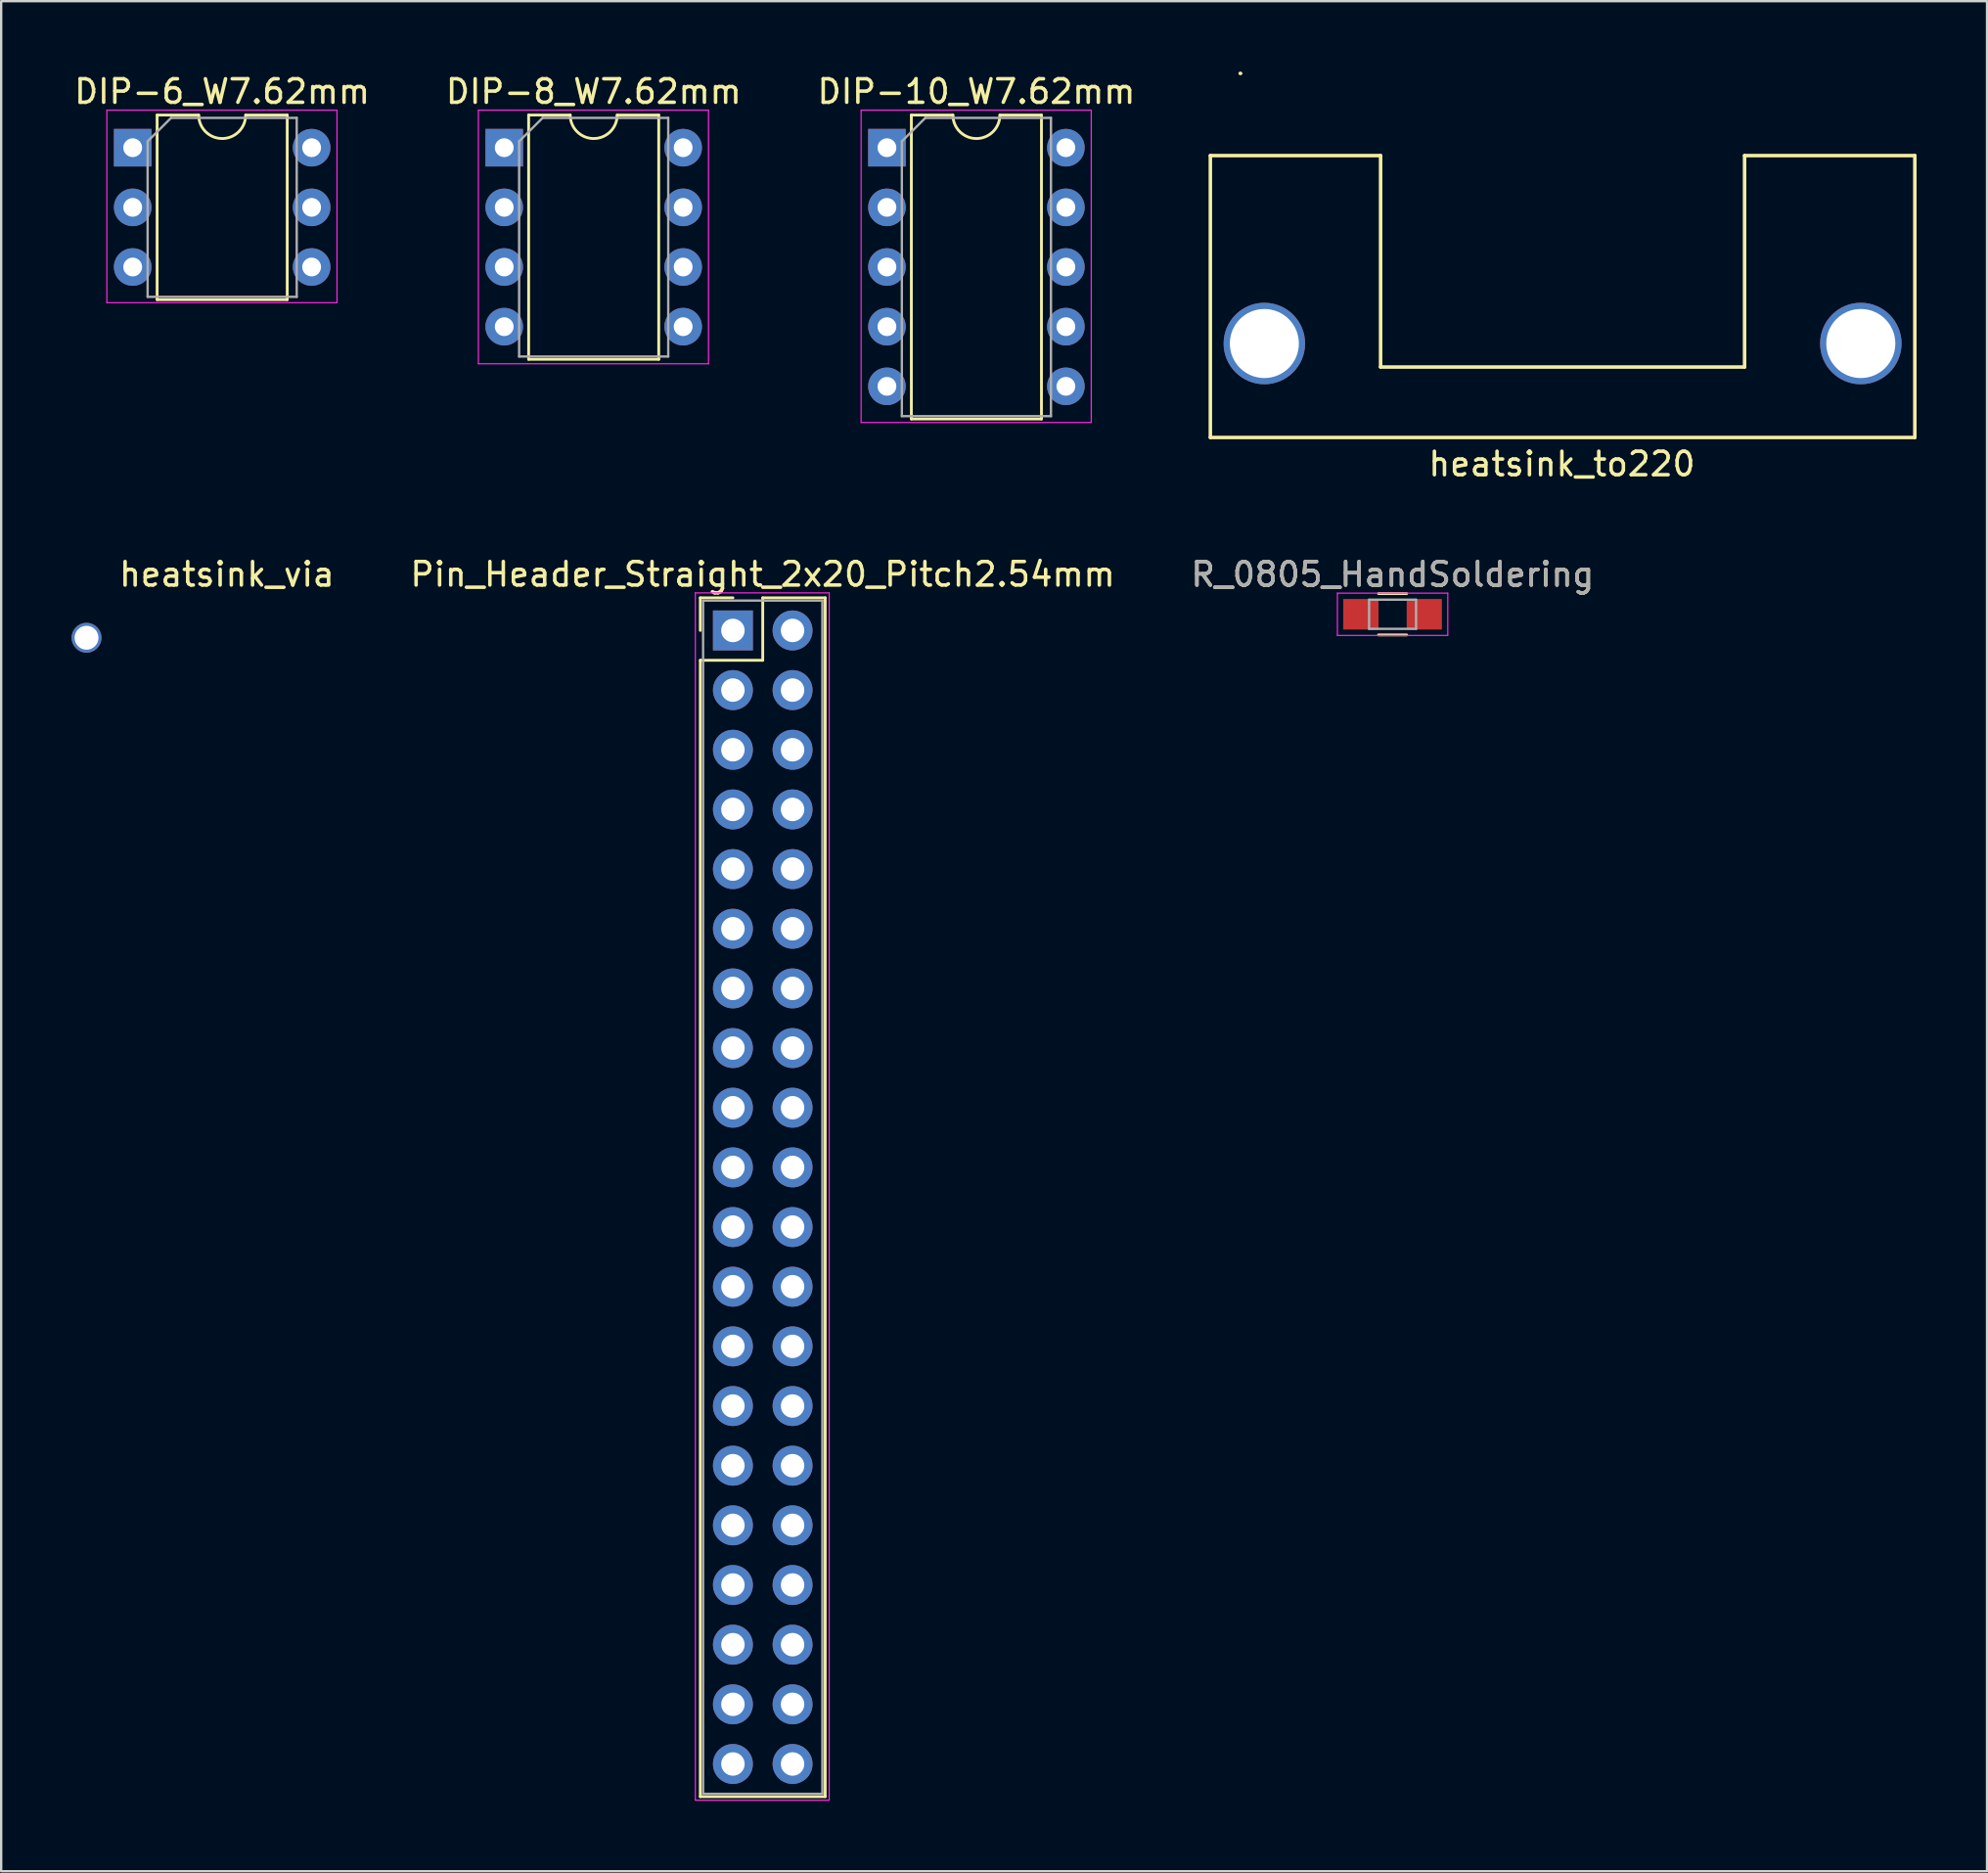
<source format=kicad_pcb>
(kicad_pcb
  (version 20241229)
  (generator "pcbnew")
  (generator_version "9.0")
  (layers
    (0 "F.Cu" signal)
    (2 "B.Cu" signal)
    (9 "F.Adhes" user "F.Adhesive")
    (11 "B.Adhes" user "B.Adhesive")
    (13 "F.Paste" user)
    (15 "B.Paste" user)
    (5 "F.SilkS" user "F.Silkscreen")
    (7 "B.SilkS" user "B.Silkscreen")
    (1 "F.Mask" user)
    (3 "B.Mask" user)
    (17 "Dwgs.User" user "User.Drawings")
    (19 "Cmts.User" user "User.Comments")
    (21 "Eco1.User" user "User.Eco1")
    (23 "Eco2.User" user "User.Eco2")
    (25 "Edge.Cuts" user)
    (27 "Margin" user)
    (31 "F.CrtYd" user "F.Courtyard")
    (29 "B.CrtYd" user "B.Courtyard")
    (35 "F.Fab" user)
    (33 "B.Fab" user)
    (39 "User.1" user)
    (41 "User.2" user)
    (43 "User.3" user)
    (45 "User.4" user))
  (footprint "Pin_Header_Straight_2x20_Pitch2.54mm"
    (layer "F.Cu")
    (at 28.161 23.791)
    (property "Reference" "Pin_Header_Straight_2x20_Pitch2.54mm" (at 1.27 -2.39 0) (layer "F.SilkS") (effects (font (size 1 1) (thickness 0.15))))
    (attr through_hole)
    (fp_line (start -1.39 -1.39) (end 0 -1.39) (stroke (width 0.12) (type solid)) (layer "F.SilkS"))
    (fp_line (start -1.39 0) (end -1.39 -1.39) (stroke (width 0.12) (type solid)) (layer "F.SilkS"))
    (fp_line (start -1.39 1.27) (end -1.39 49.65) (stroke (width 0.12) (type solid)) (layer "F.SilkS"))
    (fp_line (start -1.39 49.65) (end 3.93 49.65) (stroke (width 0.12) (type solid)) (layer "F.SilkS"))
    (fp_line (start 1.27 -1.39) (end 1.27 1.27) (stroke (width 0.12) (type solid)) (layer "F.SilkS"))
    (fp_line (start 1.27 1.27) (end -1.39 1.27) (stroke (width 0.12) (type solid)) (layer "F.SilkS"))
    (fp_line (start 3.93 -1.39) (end 1.27 -1.39) (stroke (width 0.12) (type solid)) (layer "F.SilkS"))
    (fp_line (start 3.93 49.65) (end 3.93 -1.39) (stroke (width 0.12) (type solid)) (layer "F.SilkS"))
    (fp_line (start -1.6 -1.6) (end -1.6 49.8) (stroke (width 0.05) (type solid)) (layer "F.CrtYd"))
    (fp_line (start -1.6 49.8) (end 4.1 49.8) (stroke (width 0.05) (type solid)) (layer "F.CrtYd"))
    (fp_line (start 4.1 -1.6) (end -1.6 -1.6) (stroke (width 0.05) (type solid)) (layer "F.CrtYd"))
    (fp_line (start 4.1 49.8) (end 4.1 -1.6) (stroke (width 0.05) (type solid)) (layer "F.CrtYd"))
    (fp_line (start -1.27 -1.27) (end -1.27 49.53) (stroke (width 0.1) (type solid)) (layer "F.Fab"))
    (fp_line (start -1.27 49.53) (end 3.81 49.53) (stroke (width 0.1) (type solid)) (layer "F.Fab"))
    (fp_line (start 3.81 -1.27) (end -1.27 -1.27) (stroke (width 0.1) (type solid)) (layer "F.Fab"))
    (fp_line (start 3.81 49.53) (end 3.81 -1.27) (stroke (width 0.1) (type solid)) (layer "F.Fab"))
    (pad "1" thru_hole rect (at 0 0) (size 1.7 1.7) (drill 1) (layers "*.Cu" "*.Mask"))
    (pad "2" thru_hole oval (at 2.54 0) (size 1.7 1.7) (drill 1) (layers "*.Cu" "*.Mask"))
    (pad "3" thru_hole oval (at 0 2.54) (size 1.7 1.7) (drill 1) (layers "*.Cu" "*.Mask"))
    (pad "4" thru_hole oval (at 2.54 2.54) (size 1.7 1.7) (drill 1) (layers "*.Cu" "*.Mask"))
    (pad "5" thru_hole oval (at 0 5.08) (size 1.7 1.7) (drill 1) (layers "*.Cu" "*.Mask"))
    (pad "6" thru_hole oval (at 2.54 5.08) (size 1.7 1.7) (drill 1) (layers "*.Cu" "*.Mask"))
    (pad "7" thru_hole oval (at 0 7.62) (size 1.7 1.7) (drill 1) (layers "*.Cu" "*.Mask"))
    (pad "8" thru_hole oval (at 2.54 7.62) (size 1.7 1.7) (drill 1) (layers "*.Cu" "*.Mask"))
    (pad "9" thru_hole oval (at 0 10.16) (size 1.7 1.7) (drill 1) (layers "*.Cu" "*.Mask"))
    (pad "10" thru_hole oval (at 2.54 10.16) (size 1.7 1.7) (drill 1) (layers "*.Cu" "*.Mask"))
    (pad "11" thru_hole oval (at 0 12.7) (size 1.7 1.7) (drill 1) (layers "*.Cu" "*.Mask"))
    (pad "12" thru_hole oval (at 2.54 12.7) (size 1.7 1.7) (drill 1) (layers "*.Cu" "*.Mask"))
    (pad "13" thru_hole oval (at 0 15.24) (size 1.7 1.7) (drill 1) (layers "*.Cu" "*.Mask"))
    (pad "14" thru_hole oval (at 2.54 15.24) (size 1.7 1.7) (drill 1) (layers "*.Cu" "*.Mask"))
    (pad "15" thru_hole oval (at 0 17.78) (size 1.7 1.7) (drill 1) (layers "*.Cu" "*.Mask"))
    (pad "16" thru_hole oval (at 2.54 17.78) (size 1.7 1.7) (drill 1) (layers "*.Cu" "*.Mask"))
    (pad "17" thru_hole oval (at 0 20.32) (size 1.7 1.7) (drill 1) (layers "*.Cu" "*.Mask"))
    (pad "18" thru_hole oval (at 2.54 20.32) (size 1.7 1.7) (drill 1) (layers "*.Cu" "*.Mask"))
    (pad "19" thru_hole oval (at 0 22.86) (size 1.7 1.7) (drill 1) (layers "*.Cu" "*.Mask"))
    (pad "20" thru_hole oval (at 2.54 22.86) (size 1.7 1.7) (drill 1) (layers "*.Cu" "*.Mask"))
    (pad "21" thru_hole oval (at 0 25.4) (size 1.7 1.7) (drill 1) (layers "*.Cu" "*.Mask"))
    (pad "22" thru_hole oval (at 2.54 25.4) (size 1.7 1.7) (drill 1) (layers "*.Cu" "*.Mask"))
    (pad "23" thru_hole oval (at 0 27.94) (size 1.7 1.7) (drill 1) (layers "*.Cu" "*.Mask"))
    (pad "24" thru_hole oval (at 2.54 27.94) (size 1.7 1.7) (drill 1) (layers "*.Cu" "*.Mask"))
    (pad "25" thru_hole oval (at 0 30.48) (size 1.7 1.7) (drill 1) (layers "*.Cu" "*.Mask"))
    (pad "26" thru_hole oval (at 2.54 30.48) (size 1.7 1.7) (drill 1) (layers "*.Cu" "*.Mask"))
    (pad "27" thru_hole oval (at 0 33.02) (size 1.7 1.7) (drill 1) (layers "*.Cu" "*.Mask"))
    (pad "28" thru_hole oval (at 2.54 33.02) (size 1.7 1.7) (drill 1) (layers "*.Cu" "*.Mask"))
    (pad "29" thru_hole oval (at 0 35.56) (size 1.7 1.7) (drill 1) (layers "*.Cu" "*.Mask"))
    (pad "30" thru_hole oval (at 2.54 35.56) (size 1.7 1.7) (drill 1) (layers "*.Cu" "*.Mask"))
    (pad "31" thru_hole oval (at 0 38.1) (size 1.7 1.7) (drill 1) (layers "*.Cu" "*.Mask"))
    (pad "32" thru_hole oval (at 2.54 38.1) (size 1.7 1.7) (drill 1) (layers "*.Cu" "*.Mask"))
    (pad "33" thru_hole oval (at 0 40.64) (size 1.7 1.7) (drill 1) (layers "*.Cu" "*.Mask"))
    (pad "34" thru_hole oval (at 2.54 40.64) (size 1.7 1.7) (drill 1) (layers "*.Cu" "*.Mask"))
    (pad "35" thru_hole oval (at 0 43.18) (size 1.7 1.7) (drill 1) (layers "*.Cu" "*.Mask"))
    (pad "36" thru_hole oval (at 2.54 43.18) (size 1.7 1.7) (drill 1) (layers "*.Cu" "*.Mask"))
    (pad "37" thru_hole oval (at 0 45.72) (size 1.7 1.7) (drill 1) (layers "*.Cu" "*.Mask"))
    (pad "38" thru_hole oval (at 2.54 45.72) (size 1.7 1.7) (drill 1) (layers "*.Cu" "*.Mask"))
    (pad "39" thru_hole oval (at 0 48.26) (size 1.7 1.7) (drill 1) (layers "*.Cu" "*.Mask"))
    (pad "40" thru_hole oval (at 2.54 48.26) (size 1.7 1.7) (drill 1) (layers "*.Cu" "*.Mask")))
  (footprint "DIP-10_W7.62mm"
    (layer "F.Cu")
    (at 34.72 3.238)
    (property "Reference" "DIP-10_W7.62mm" (at 3.81 -2.39 0) (layer "F.SilkS") (effects (font (size 1 1) (thickness 0.15))))
    (attr through_hole)
    (fp_line (start 1.04 -1.39) (end 1.04 11.55) (stroke (width 0.12) (type solid)) (layer "F.SilkS"))
    (fp_line (start 1.04 11.55) (end 6.58 11.55) (stroke (width 0.12) (type solid)) (layer "F.SilkS"))
    (fp_line (start 2.81 -1.39) (end 1.04 -1.39) (stroke (width 0.12) (type solid)) (layer "F.SilkS"))
    (fp_line (start 6.58 -1.39) (end 4.81 -1.39) (stroke (width 0.12) (type solid)) (layer "F.SilkS"))
    (fp_line (start 6.58 11.55) (end 6.58 -1.39) (stroke (width 0.12) (type solid)) (layer "F.SilkS"))
    (fp_arc (start 4.81 -1.39) (mid 3.81 -0.39) (end 2.81 -1.39) (stroke (width 0.12) (type solid)) (layer "F.SilkS"))
    (fp_line (start -1.1 -1.6) (end -1.1 11.7) (stroke (width 0.05) (type solid)) (layer "F.CrtYd"))
    (fp_line (start -1.1 11.7) (end 8.7 11.7) (stroke (width 0.05) (type solid)) (layer "F.CrtYd"))
    (fp_line (start 8.7 -1.6) (end -1.1 -1.6) (stroke (width 0.05) (type solid)) (layer "F.CrtYd"))
    (fp_line (start 8.7 11.7) (end 8.7 -1.6) (stroke (width 0.05) (type solid)) (layer "F.CrtYd"))
    (fp_line (start 0.635 -0.27) (end 1.635 -1.27) (stroke (width 0.1) (type solid)) (layer "F.Fab"))
    (fp_line (start 0.635 11.43) (end 0.635 -0.27) (stroke (width 0.1) (type solid)) (layer "F.Fab"))
    (fp_line (start 1.635 -1.27) (end 6.985 -1.27) (stroke (width 0.1) (type solid)) (layer "F.Fab"))
    (fp_line (start 6.985 -1.27) (end 6.985 11.43) (stroke (width 0.1) (type solid)) (layer "F.Fab"))
    (fp_line (start 6.985 11.43) (end 0.635 11.43) (stroke (width 0.1) (type solid)) (layer "F.Fab"))
    (pad "1" thru_hole rect (at 0 0) (size 1.6 1.6) (drill 0.8) (layers "*.Cu" "*.Mask"))
    (pad "2" thru_hole oval (at 0 2.54) (size 1.6 1.6) (drill 0.8) (layers "*.Cu" "*.Mask"))
    (pad "3" thru_hole oval (at 0 5.08) (size 1.6 1.6) (drill 0.8) (layers "*.Cu" "*.Mask"))
    (pad "4" thru_hole oval (at 0 7.62) (size 1.6 1.6) (drill 0.8) (layers "*.Cu" "*.Mask"))
    (pad "5" thru_hole oval (at 0 10.16) (size 1.6 1.6) (drill 0.8) (layers "*.Cu" "*.Mask"))
    (pad "6" thru_hole oval (at 7.62 10.16) (size 1.6 1.6) (drill 0.8) (layers "*.Cu" "*.Mask"))
    (pad "7" thru_hole oval (at 7.62 7.62) (size 1.6 1.6) (drill 0.8) (layers "*.Cu" "*.Mask"))
    (pad "8" thru_hole oval (at 7.62 5.08) (size 1.6 1.6) (drill 0.8) (layers "*.Cu" "*.Mask"))
    (pad "9" thru_hole oval (at 7.62 2.54) (size 1.6 1.6) (drill 0.8) (layers "*.Cu" "*.Mask"))
    (pad "10" thru_hole oval (at 7.62 0) (size 1.6 1.6) (drill 0.8) (layers "*.Cu" "*.Mask")))
  (footprint "R_0805_HandSoldering"
    (layer "F.Cu")
    (at 56.253 23.102)
    (property "Reference" "R_0805_HandSoldering" (at 0 -1.7 0) (layer "F.SilkS") (effects (font (size 1 1) (thickness 0.15))))
    (attr smd)
    (fp_line (start -0.6 -0.88) (end 0.6 -0.88) (stroke (width 0.12) (type solid)) (layer "F.SilkS"))
    (fp_line (start 0.6 0.88) (end -0.6 0.88) (stroke (width 0.12) (type solid)) (layer "F.SilkS"))
    (fp_line (start -2.35 -0.9) (end -2.35 0.9) (stroke (width 0.05) (type solid)) (layer "F.CrtYd"))
    (fp_line (start -2.35 -0.9) (end 2.35 -0.9) (stroke (width 0.05) (type solid)) (layer "F.CrtYd"))
    (fp_line (start 2.35 0.9) (end -2.35 0.9) (stroke (width 0.05) (type solid)) (layer "F.CrtYd"))
    (fp_line (start 2.35 0.9) (end 2.35 -0.9) (stroke (width 0.05) (type solid)) (layer "F.CrtYd"))
    (fp_line (start -1 -0.62) (end 1 -0.62) (stroke (width 0.1) (type solid)) (layer "F.Fab"))
    (fp_line (start -1 0.62) (end -1 -0.62) (stroke (width 0.1) (type solid)) (layer "F.Fab"))
    (fp_line (start 1 -0.62) (end 1 0.62) (stroke (width 0.1) (type solid)) (layer "F.Fab"))
    (fp_line (start 1 0.62) (end -1 0.62) (stroke (width 0.1) (type solid)) (layer "F.Fab"))
    (fp_text user "${REFERENCE}" (at 0 -1.7 0) (layer "F.Fab") (effects (font (size 1 1) (thickness 0.15))))
    (pad "1" smd rect (at -1.35 0) (size 1.5 1.3) (layers "F.Cu" "F.Mask" "F.Paste"))
    (pad "2" smd rect (at 1.35 0) (size 1.5 1.3) (layers "F.Cu" "F.Mask" "F.Paste")))
  (footprint "heatsink_to220"
    (layer "F.Cu")
    (at 63.492 10.575)
    (property "Reference" "heatsink_to220" (at -0.03 6.13 0) (layer "F.SilkS") (effects (font (size 1 1) (thickness 0.15))))
    (attr through_hole)
    (fp_line (start -15 -7) (end -7.75 -7) (stroke (width 0.15) (type solid)) (layer "F.SilkS"))
    (fp_line (start -15 5) (end -15 -7) (stroke (width 0.15) (type solid)) (layer "F.SilkS"))
    (fp_line (start -15 5) (end 15 5) (stroke (width 0.15) (type solid)) (layer "F.SilkS"))
    (fp_line (start -13.73 -10.5) (end -13.71 -10.5) (stroke (width 0.15) (type solid)) (layer "F.SilkS"))
    (fp_line (start -7.75 -7) (end -7.75 2) (stroke (width 0.15) (type solid)) (layer "F.SilkS"))
    (fp_line (start 7.75 -7) (end 7.75 2) (stroke (width 0.15) (type solid)) (layer "F.SilkS"))
    (fp_line (start 7.75 2) (end -7.75 2) (stroke (width 0.15) (type solid)) (layer "F.SilkS"))
    (fp_line (start 15 -7) (end 7.75 -7) (stroke (width 0.15) (type solid)) (layer "F.SilkS"))
    (fp_line (start 15 -7) (end 15 5) (stroke (width 0.15) (type solid)) (layer "F.SilkS"))
    (pad "1" thru_hole circle (at -12.7 1) (size 3.47 3.47) (drill 2.94) (layers "*.Cu" "*.Mask"))
    (pad "2" thru_hole circle (at 12.7 1) (size 3.47 3.47) (drill 2.94) (layers "*.Cu" "*.Mask")))
  (footprint "DIP-8_W7.62mm"
    (layer "F.Cu")
    (at 18.422 3.238)
    (property "Reference" "DIP-8_W7.62mm" (at 3.81 -2.39 0) (layer "F.SilkS") (effects (font (size 1 1) (thickness 0.15))))
    (attr through_hole)
    (fp_line (start 1.04 -1.39) (end 1.04 9.01) (stroke (width 0.12) (type solid)) (layer "F.SilkS"))
    (fp_line (start 1.04 9.01) (end 6.58 9.01) (stroke (width 0.12) (type solid)) (layer "F.SilkS"))
    (fp_line (start 2.81 -1.39) (end 1.04 -1.39) (stroke (width 0.12) (type solid)) (layer "F.SilkS"))
    (fp_line (start 6.58 -1.39) (end 4.81 -1.39) (stroke (width 0.12) (type solid)) (layer "F.SilkS"))
    (fp_line (start 6.58 9.01) (end 6.58 -1.39) (stroke (width 0.12) (type solid)) (layer "F.SilkS"))
    (fp_arc (start 4.81 -1.39) (mid 3.81 -0.39) (end 2.81 -1.39) (stroke (width 0.12) (type solid)) (layer "F.SilkS"))
    (fp_line (start -1.1 -1.6) (end -1.1 9.2) (stroke (width 0.05) (type solid)) (layer "F.CrtYd"))
    (fp_line (start -1.1 9.2) (end 8.7 9.2) (stroke (width 0.05) (type solid)) (layer "F.CrtYd"))
    (fp_line (start 8.7 -1.6) (end -1.1 -1.6) (stroke (width 0.05) (type solid)) (layer "F.CrtYd"))
    (fp_line (start 8.7 9.2) (end 8.7 -1.6) (stroke (width 0.05) (type solid)) (layer "F.CrtYd"))
    (fp_line (start 0.635 -0.27) (end 1.635 -1.27) (stroke (width 0.1) (type solid)) (layer "F.Fab"))
    (fp_line (start 0.635 8.89) (end 0.635 -0.27) (stroke (width 0.1) (type solid)) (layer "F.Fab"))
    (fp_line (start 1.635 -1.27) (end 6.985 -1.27) (stroke (width 0.1) (type solid)) (layer "F.Fab"))
    (fp_line (start 6.985 -1.27) (end 6.985 8.89) (stroke (width 0.1) (type solid)) (layer "F.Fab"))
    (fp_line (start 6.985 8.89) (end 0.635 8.89) (stroke (width 0.1) (type solid)) (layer "F.Fab"))
    (pad "1" thru_hole rect (at 0 0) (size 1.6 1.6) (drill 0.8) (layers "*.Cu" "*.Mask"))
    (pad "2" thru_hole oval (at 0 2.54) (size 1.6 1.6) (drill 0.8) (layers "*.Cu" "*.Mask"))
    (pad "3" thru_hole oval (at 0 5.08) (size 1.6 1.6) (drill 0.8) (layers "*.Cu" "*.Mask"))
    (pad "4" thru_hole oval (at 0 7.62) (size 1.6 1.6) (drill 0.8) (layers "*.Cu" "*.Mask"))
    (pad "5" thru_hole oval (at 7.62 7.62) (size 1.6 1.6) (drill 0.8) (layers "*.Cu" "*.Mask"))
    (pad "6" thru_hole oval (at 7.62 5.08) (size 1.6 1.6) (drill 0.8) (layers "*.Cu" "*.Mask"))
    (pad "7" thru_hole oval (at 7.62 2.54) (size 1.6 1.6) (drill 0.8) (layers "*.Cu" "*.Mask"))
    (pad "8" thru_hole oval (at 7.62 0) (size 1.6 1.6) (drill 0.8) (layers "*.Cu" "*.Mask")))
  (footprint "heatsink_via"
    (layer "F.Cu")
    (at 0.635 24.102)
    (property "Reference" "heatsink_via" (at 5.975 -2.7 0) (layer "F.SilkS") (effects (font (size 1 1) (thickness 0.15))))
    (attr through_hole)
    (pad "1" thru_hole circle (at 0 0) (size 1.27 1.27) (drill 1.016) (layers "*.Cu" "*.Mask")))
  (footprint "DIP-6_W7.62mm"
    (layer "F.Cu")
    (at 2.601 3.238)
    (property "Reference" "DIP-6_W7.62mm" (at 3.81 -2.39 0) (layer "F.SilkS") (effects (font (size 1 1) (thickness 0.15))))
    (attr through_hole)
    (fp_line (start 1.04 -1.39) (end 1.04 6.47) (stroke (width 0.12) (type solid)) (layer "F.SilkS"))
    (fp_line (start 1.04 6.47) (end 6.58 6.47) (stroke (width 0.12) (type solid)) (layer "F.SilkS"))
    (fp_line (start 2.81 -1.39) (end 1.04 -1.39) (stroke (width 0.12) (type solid)) (layer "F.SilkS"))
    (fp_line (start 6.58 -1.39) (end 4.81 -1.39) (stroke (width 0.12) (type solid)) (layer "F.SilkS"))
    (fp_line (start 6.58 6.47) (end 6.58 -1.39) (stroke (width 0.12) (type solid)) (layer "F.SilkS"))
    (fp_arc (start 4.81 -1.39) (mid 3.81 -0.39) (end 2.81 -1.39) (stroke (width 0.12) (type solid)) (layer "F.SilkS"))
    (fp_line (start -1.1 -1.6) (end -1.1 6.6) (stroke (width 0.05) (type solid)) (layer "F.CrtYd"))
    (fp_line (start -1.1 6.6) (end 8.7 6.6) (stroke (width 0.05) (type solid)) (layer "F.CrtYd"))
    (fp_line (start 8.7 -1.6) (end -1.1 -1.6) (stroke (width 0.05) (type solid)) (layer "F.CrtYd"))
    (fp_line (start 8.7 6.6) (end 8.7 -1.6) (stroke (width 0.05) (type solid)) (layer "F.CrtYd"))
    (fp_line (start 0.635 -0.27) (end 1.635 -1.27) (stroke (width 0.1) (type solid)) (layer "F.Fab"))
    (fp_line (start 0.635 6.35) (end 0.635 -0.27) (stroke (width 0.1) (type solid)) (layer "F.Fab"))
    (fp_line (start 1.635 -1.27) (end 6.985 -1.27) (stroke (width 0.1) (type solid)) (layer "F.Fab"))
    (fp_line (start 6.985 -1.27) (end 6.985 6.35) (stroke (width 0.1) (type solid)) (layer "F.Fab"))
    (fp_line (start 6.985 6.35) (end 0.635 6.35) (stroke (width 0.1) (type solid)) (layer "F.Fab"))
    (pad "1" thru_hole rect (at 0 0) (size 1.6 1.6) (drill 0.8) (layers "*.Cu" "*.Mask"))
    (pad "2" thru_hole oval (at 0 2.54) (size 1.6 1.6) (drill 0.8) (layers "*.Cu" "*.Mask"))
    (pad "3" thru_hole oval (at 0 5.08) (size 1.6 1.6) (drill 0.8) (layers "*.Cu" "*.Mask"))
    (pad "4" thru_hole oval (at 7.62 5.08) (size 1.6 1.6) (drill 0.8) (layers "*.Cu" "*.Mask"))
    (pad "5" thru_hole oval (at 7.62 2.54) (size 1.6 1.6) (drill 0.8) (layers "*.Cu" "*.Mask"))
    (pad "6" thru_hole oval (at 7.62 0) (size 1.6 1.6) (drill 0.8) (layers "*.Cu" "*.Mask")))
  (gr_rect
    (start -3 -3)
    (end 81.567 76.617)
    (stroke (width 0.1) (type default))
    (fill no)
    (layer "Edge.Cuts")))
</source>
